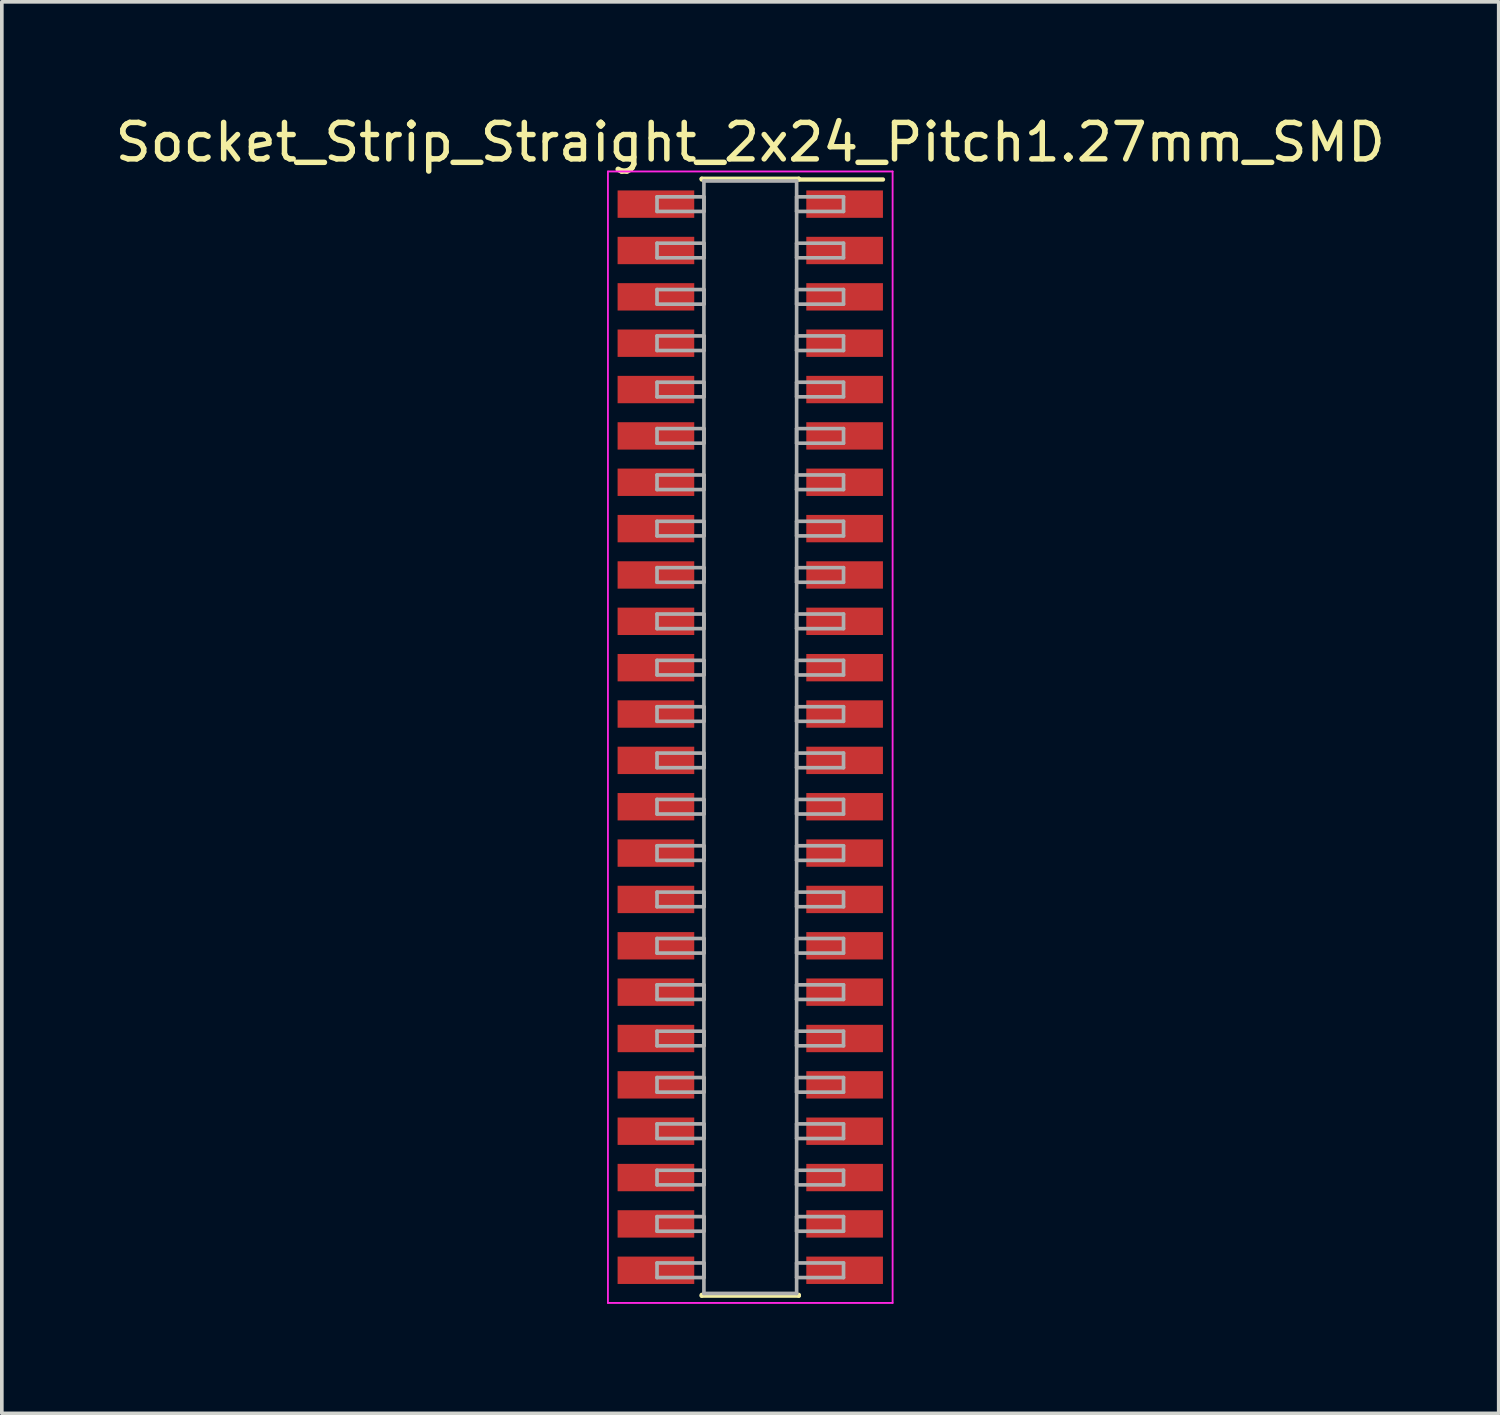
<source format=kicad_pcb>
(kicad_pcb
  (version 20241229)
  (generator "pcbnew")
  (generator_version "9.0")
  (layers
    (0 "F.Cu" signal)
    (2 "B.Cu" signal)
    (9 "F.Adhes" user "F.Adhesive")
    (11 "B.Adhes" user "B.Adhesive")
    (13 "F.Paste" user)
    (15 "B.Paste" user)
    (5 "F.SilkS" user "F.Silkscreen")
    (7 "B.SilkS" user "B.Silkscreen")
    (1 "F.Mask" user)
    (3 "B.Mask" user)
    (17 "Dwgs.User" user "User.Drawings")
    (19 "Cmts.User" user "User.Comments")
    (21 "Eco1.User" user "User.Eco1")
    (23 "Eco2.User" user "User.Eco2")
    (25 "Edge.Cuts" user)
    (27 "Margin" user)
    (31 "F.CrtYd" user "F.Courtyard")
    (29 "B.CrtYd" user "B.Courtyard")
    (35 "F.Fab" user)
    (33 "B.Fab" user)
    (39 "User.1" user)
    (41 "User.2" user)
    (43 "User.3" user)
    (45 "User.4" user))
  (footprint "Socket_Strip_Straight_2x24_Pitch1.27mm_SMD"
    (layer "F.Cu")
    (at 17.506 17.148)
    (property "Reference" "Socket_Strip_Straight_2x24_Pitch1.27mm_SMD" (at 0 -16.3 0) (layer "F.SilkS") (effects (font (size 1 1) (thickness 0.15))))
    (attr smd)
    (fp_line (start -1.33 -15.3) (end 1.33 -15.3) (stroke (width 0.12) (type solid)) (layer "F.SilkS"))
    (fp_line (start -1.33 -15.28) (end -1.33 -15.3) (stroke (width 0.12) (type solid)) (layer "F.SilkS"))
    (fp_line (start -1.33 15.28) (end -1.33 15.3) (stroke (width 0.12) (type solid)) (layer "F.SilkS"))
    (fp_line (start -1.33 15.3) (end 1.33 15.3) (stroke (width 0.12) (type solid)) (layer "F.SilkS"))
    (fp_line (start 1.33 -15.3) (end 1.33 -15.28) (stroke (width 0.12) (type solid)) (layer "F.SilkS"))
    (fp_line (start 1.33 15.3) (end 1.33 15.28) (stroke (width 0.12) (type solid)) (layer "F.SilkS"))
    (fp_line (start 3.635 -15.28) (end 1.33 -15.28) (stroke (width 0.12) (type solid)) (layer "F.SilkS"))
    (fp_line (start -3.9 -15.5) (end -3.9 15.5) (stroke (width 0.05) (type solid)) (layer "F.CrtYd"))
    (fp_line (start -3.9 15.5) (end 3.9 15.5) (stroke (width 0.05) (type solid)) (layer "F.CrtYd"))
    (fp_line (start 3.9 -15.5) (end -3.9 -15.5) (stroke (width 0.05) (type solid)) (layer "F.CrtYd"))
    (fp_line (start 3.9 15.5) (end 3.9 -15.5) (stroke (width 0.05) (type solid)) (layer "F.CrtYd"))
    (fp_line (start -2.555 -14.805) (end -1.27 -14.805) (stroke (width 0.1) (type solid)) (layer "F.Fab"))
    (fp_line (start -2.555 -14.405) (end -2.555 -14.805) (stroke (width 0.1) (type solid)) (layer "F.Fab"))
    (fp_line (start -2.555 -13.535) (end -1.27 -13.535) (stroke (width 0.1) (type solid)) (layer "F.Fab"))
    (fp_line (start -2.555 -13.135) (end -2.555 -13.535) (stroke (width 0.1) (type solid)) (layer "F.Fab"))
    (fp_line (start -2.555 -12.265) (end -1.27 -12.265) (stroke (width 0.1) (type solid)) (layer "F.Fab"))
    (fp_line (start -2.555 -11.865) (end -2.555 -12.265) (stroke (width 0.1) (type solid)) (layer "F.Fab"))
    (fp_line (start -2.555 -10.995) (end -1.27 -10.995) (stroke (width 0.1) (type solid)) (layer "F.Fab"))
    (fp_line (start -2.555 -10.595) (end -2.555 -10.995) (stroke (width 0.1) (type solid)) (layer "F.Fab"))
    (fp_line (start -2.555 -9.725) (end -1.27 -9.725) (stroke (width 0.1) (type solid)) (layer "F.Fab"))
    (fp_line (start -2.555 -9.325) (end -2.555 -9.725) (stroke (width 0.1) (type solid)) (layer "F.Fab"))
    (fp_line (start -2.555 -8.455) (end -1.27 -8.455) (stroke (width 0.1) (type solid)) (layer "F.Fab"))
    (fp_line (start -2.555 -8.055) (end -2.555 -8.455) (stroke (width 0.1) (type solid)) (layer "F.Fab"))
    (fp_line (start -2.555 -7.185) (end -1.27 -7.185) (stroke (width 0.1) (type solid)) (layer "F.Fab"))
    (fp_line (start -2.555 -6.785) (end -2.555 -7.185) (stroke (width 0.1) (type solid)) (layer "F.Fab"))
    (fp_line (start -2.555 -5.915) (end -1.27 -5.915) (stroke (width 0.1) (type solid)) (layer "F.Fab"))
    (fp_line (start -2.555 -5.515) (end -2.555 -5.915) (stroke (width 0.1) (type solid)) (layer "F.Fab"))
    (fp_line (start -2.555 -4.645) (end -1.27 -4.645) (stroke (width 0.1) (type solid)) (layer "F.Fab"))
    (fp_line (start -2.555 -4.245) (end -2.555 -4.645) (stroke (width 0.1) (type solid)) (layer "F.Fab"))
    (fp_line (start -2.555 -3.375) (end -1.27 -3.375) (stroke (width 0.1) (type solid)) (layer "F.Fab"))
    (fp_line (start -2.555 -2.975) (end -2.555 -3.375) (stroke (width 0.1) (type solid)) (layer "F.Fab"))
    (fp_line (start -2.555 -2.105) (end -1.27 -2.105) (stroke (width 0.1) (type solid)) (layer "F.Fab"))
    (fp_line (start -2.555 -1.705) (end -2.555 -2.105) (stroke (width 0.1) (type solid)) (layer "F.Fab"))
    (fp_line (start -2.555 -0.835) (end -1.27 -0.835) (stroke (width 0.1) (type solid)) (layer "F.Fab"))
    (fp_line (start -2.555 -0.435) (end -2.555 -0.835) (stroke (width 0.1) (type solid)) (layer "F.Fab"))
    (fp_line (start -2.555 0.435) (end -1.27 0.435) (stroke (width 0.1) (type solid)) (layer "F.Fab"))
    (fp_line (start -2.555 0.835) (end -2.555 0.435) (stroke (width 0.1) (type solid)) (layer "F.Fab"))
    (fp_line (start -2.555 1.705) (end -1.27 1.705) (stroke (width 0.1) (type solid)) (layer "F.Fab"))
    (fp_line (start -2.555 2.105) (end -2.555 1.705) (stroke (width 0.1) (type solid)) (layer "F.Fab"))
    (fp_line (start -2.555 2.975) (end -1.27 2.975) (stroke (width 0.1) (type solid)) (layer "F.Fab"))
    (fp_line (start -2.555 3.375) (end -2.555 2.975) (stroke (width 0.1) (type solid)) (layer "F.Fab"))
    (fp_line (start -2.555 4.245) (end -1.27 4.245) (stroke (width 0.1) (type solid)) (layer "F.Fab"))
    (fp_line (start -2.555 4.645) (end -2.555 4.245) (stroke (width 0.1) (type solid)) (layer "F.Fab"))
    (fp_line (start -2.555 5.515) (end -1.27 5.515) (stroke (width 0.1) (type solid)) (layer "F.Fab"))
    (fp_line (start -2.555 5.915) (end -2.555 5.515) (stroke (width 0.1) (type solid)) (layer "F.Fab"))
    (fp_line (start -2.555 6.785) (end -1.27 6.785) (stroke (width 0.1) (type solid)) (layer "F.Fab"))
    (fp_line (start -2.555 7.185) (end -2.555 6.785) (stroke (width 0.1) (type solid)) (layer "F.Fab"))
    (fp_line (start -2.555 8.055) (end -1.27 8.055) (stroke (width 0.1) (type solid)) (layer "F.Fab"))
    (fp_line (start -2.555 8.455) (end -2.555 8.055) (stroke (width 0.1) (type solid)) (layer "F.Fab"))
    (fp_line (start -2.555 9.325) (end -1.27 9.325) (stroke (width 0.1) (type solid)) (layer "F.Fab"))
    (fp_line (start -2.555 9.725) (end -2.555 9.325) (stroke (width 0.1) (type solid)) (layer "F.Fab"))
    (fp_line (start -2.555 10.595) (end -1.27 10.595) (stroke (width 0.1) (type solid)) (layer "F.Fab"))
    (fp_line (start -2.555 10.995) (end -2.555 10.595) (stroke (width 0.1) (type solid)) (layer "F.Fab"))
    (fp_line (start -2.555 11.865) (end -1.27 11.865) (stroke (width 0.1) (type solid)) (layer "F.Fab"))
    (fp_line (start -2.555 12.265) (end -2.555 11.865) (stroke (width 0.1) (type solid)) (layer "F.Fab"))
    (fp_line (start -2.555 13.135) (end -1.27 13.135) (stroke (width 0.1) (type solid)) (layer "F.Fab"))
    (fp_line (start -2.555 13.535) (end -2.555 13.135) (stroke (width 0.1) (type solid)) (layer "F.Fab"))
    (fp_line (start -2.555 14.405) (end -1.27 14.405) (stroke (width 0.1) (type solid)) (layer "F.Fab"))
    (fp_line (start -2.555 14.805) (end -2.555 14.405) (stroke (width 0.1) (type solid)) (layer "F.Fab"))
    (fp_line (start -1.27 -15.24) (end -1.27 15.24) (stroke (width 0.1) (type solid)) (layer "F.Fab"))
    (fp_line (start -1.27 -14.805) (end -1.27 -14.405) (stroke (width 0.1) (type solid)) (layer "F.Fab"))
    (fp_line (start -1.27 -14.405) (end -2.555 -14.405) (stroke (width 0.1) (type solid)) (layer "F.Fab"))
    (fp_line (start -1.27 -13.535) (end -1.27 -13.135) (stroke (width 0.1) (type solid)) (layer "F.Fab"))
    (fp_line (start -1.27 -13.135) (end -2.555 -13.135) (stroke (width 0.1) (type solid)) (layer "F.Fab"))
    (fp_line (start -1.27 -12.265) (end -1.27 -11.865) (stroke (width 0.1) (type solid)) (layer "F.Fab"))
    (fp_line (start -1.27 -11.865) (end -2.555 -11.865) (stroke (width 0.1) (type solid)) (layer "F.Fab"))
    (fp_line (start -1.27 -10.995) (end -1.27 -10.595) (stroke (width 0.1) (type solid)) (layer "F.Fab"))
    (fp_line (start -1.27 -10.595) (end -2.555 -10.595) (stroke (width 0.1) (type solid)) (layer "F.Fab"))
    (fp_line (start -1.27 -9.725) (end -1.27 -9.325) (stroke (width 0.1) (type solid)) (layer "F.Fab"))
    (fp_line (start -1.27 -9.325) (end -2.555 -9.325) (stroke (width 0.1) (type solid)) (layer "F.Fab"))
    (fp_line (start -1.27 -8.455) (end -1.27 -8.055) (stroke (width 0.1) (type solid)) (layer "F.Fab"))
    (fp_line (start -1.27 -8.055) (end -2.555 -8.055) (stroke (width 0.1) (type solid)) (layer "F.Fab"))
    (fp_line (start -1.27 -7.185) (end -1.27 -6.785) (stroke (width 0.1) (type solid)) (layer "F.Fab"))
    (fp_line (start -1.27 -6.785) (end -2.555 -6.785) (stroke (width 0.1) (type solid)) (layer "F.Fab"))
    (fp_line (start -1.27 -5.915) (end -1.27 -5.515) (stroke (width 0.1) (type solid)) (layer "F.Fab"))
    (fp_line (start -1.27 -5.515) (end -2.555 -5.515) (stroke (width 0.1) (type solid)) (layer "F.Fab"))
    (fp_line (start -1.27 -4.645) (end -1.27 -4.245) (stroke (width 0.1) (type solid)) (layer "F.Fab"))
    (fp_line (start -1.27 -4.245) (end -2.555 -4.245) (stroke (width 0.1) (type solid)) (layer "F.Fab"))
    (fp_line (start -1.27 -3.375) (end -1.27 -2.975) (stroke (width 0.1) (type solid)) (layer "F.Fab"))
    (fp_line (start -1.27 -2.975) (end -2.555 -2.975) (stroke (width 0.1) (type solid)) (layer "F.Fab"))
    (fp_line (start -1.27 -2.105) (end -1.27 -1.705) (stroke (width 0.1) (type solid)) (layer "F.Fab"))
    (fp_line (start -1.27 -1.705) (end -2.555 -1.705) (stroke (width 0.1) (type solid)) (layer "F.Fab"))
    (fp_line (start -1.27 -0.835) (end -1.27 -0.435) (stroke (width 0.1) (type solid)) (layer "F.Fab"))
    (fp_line (start -1.27 -0.435) (end -2.555 -0.435) (stroke (width 0.1) (type solid)) (layer "F.Fab"))
    (fp_line (start -1.27 0.435) (end -1.27 0.835) (stroke (width 0.1) (type solid)) (layer "F.Fab"))
    (fp_line (start -1.27 0.835) (end -2.555 0.835) (stroke (width 0.1) (type solid)) (layer "F.Fab"))
    (fp_line (start -1.27 1.705) (end -1.27 2.105) (stroke (width 0.1) (type solid)) (layer "F.Fab"))
    (fp_line (start -1.27 2.105) (end -2.555 2.105) (stroke (width 0.1) (type solid)) (layer "F.Fab"))
    (fp_line (start -1.27 2.975) (end -1.27 3.375) (stroke (width 0.1) (type solid)) (layer "F.Fab"))
    (fp_line (start -1.27 3.375) (end -2.555 3.375) (stroke (width 0.1) (type solid)) (layer "F.Fab"))
    (fp_line (start -1.27 4.245) (end -1.27 4.645) (stroke (width 0.1) (type solid)) (layer "F.Fab"))
    (fp_line (start -1.27 4.645) (end -2.555 4.645) (stroke (width 0.1) (type solid)) (layer "F.Fab"))
    (fp_line (start -1.27 5.515) (end -1.27 5.915) (stroke (width 0.1) (type solid)) (layer "F.Fab"))
    (fp_line (start -1.27 5.915) (end -2.555 5.915) (stroke (width 0.1) (type solid)) (layer "F.Fab"))
    (fp_line (start -1.27 6.785) (end -1.27 7.185) (stroke (width 0.1) (type solid)) (layer "F.Fab"))
    (fp_line (start -1.27 7.185) (end -2.555 7.185) (stroke (width 0.1) (type solid)) (layer "F.Fab"))
    (fp_line (start -1.27 8.055) (end -1.27 8.455) (stroke (width 0.1) (type solid)) (layer "F.Fab"))
    (fp_line (start -1.27 8.455) (end -2.555 8.455) (stroke (width 0.1) (type solid)) (layer "F.Fab"))
    (fp_line (start -1.27 9.325) (end -1.27 9.725) (stroke (width 0.1) (type solid)) (layer "F.Fab"))
    (fp_line (start -1.27 9.725) (end -2.555 9.725) (stroke (width 0.1) (type solid)) (layer "F.Fab"))
    (fp_line (start -1.27 10.595) (end -1.27 10.995) (stroke (width 0.1) (type solid)) (layer "F.Fab"))
    (fp_line (start -1.27 10.995) (end -2.555 10.995) (stroke (width 0.1) (type solid)) (layer "F.Fab"))
    (fp_line (start -1.27 11.865) (end -1.27 12.265) (stroke (width 0.1) (type solid)) (layer "F.Fab"))
    (fp_line (start -1.27 12.265) (end -2.555 12.265) (stroke (width 0.1) (type solid)) (layer "F.Fab"))
    (fp_line (start -1.27 13.135) (end -1.27 13.535) (stroke (width 0.1) (type solid)) (layer "F.Fab"))
    (fp_line (start -1.27 13.535) (end -2.555 13.535) (stroke (width 0.1) (type solid)) (layer "F.Fab"))
    (fp_line (start -1.27 14.405) (end -1.27 14.805) (stroke (width 0.1) (type solid)) (layer "F.Fab"))
    (fp_line (start -1.27 14.805) (end -2.555 14.805) (stroke (width 0.1) (type solid)) (layer "F.Fab"))
    (fp_line (start -1.27 15.24) (end 1.27 15.24) (stroke (width 0.1) (type solid)) (layer "F.Fab"))
    (fp_line (start 1.27 -15.24) (end -1.27 -15.24) (stroke (width 0.1) (type solid)) (layer "F.Fab"))
    (fp_line (start 1.27 -14.805) (end 1.27 -14.405) (stroke (width 0.1) (type solid)) (layer "F.Fab"))
    (fp_line (start 1.27 -14.405) (end 2.555 -14.405) (stroke (width 0.1) (type solid)) (layer "F.Fab"))
    (fp_line (start 1.27 -13.535) (end 1.27 -13.135) (stroke (width 0.1) (type solid)) (layer "F.Fab"))
    (fp_line (start 1.27 -13.135) (end 2.555 -13.135) (stroke (width 0.1) (type solid)) (layer "F.Fab"))
    (fp_line (start 1.27 -12.265) (end 1.27 -11.865) (stroke (width 0.1) (type solid)) (layer "F.Fab"))
    (fp_line (start 1.27 -11.865) (end 2.555 -11.865) (stroke (width 0.1) (type solid)) (layer "F.Fab"))
    (fp_line (start 1.27 -10.995) (end 1.27 -10.595) (stroke (width 0.1) (type solid)) (layer "F.Fab"))
    (fp_line (start 1.27 -10.595) (end 2.555 -10.595) (stroke (width 0.1) (type solid)) (layer "F.Fab"))
    (fp_line (start 1.27 -9.725) (end 1.27 -9.325) (stroke (width 0.1) (type solid)) (layer "F.Fab"))
    (fp_line (start 1.27 -9.325) (end 2.555 -9.325) (stroke (width 0.1) (type solid)) (layer "F.Fab"))
    (fp_line (start 1.27 -8.455) (end 1.27 -8.055) (stroke (width 0.1) (type solid)) (layer "F.Fab"))
    (fp_line (start 1.27 -8.055) (end 2.555 -8.055) (stroke (width 0.1) (type solid)) (layer "F.Fab"))
    (fp_line (start 1.27 -7.185) (end 1.27 -6.785) (stroke (width 0.1) (type solid)) (layer "F.Fab"))
    (fp_line (start 1.27 -6.785) (end 2.555 -6.785) (stroke (width 0.1) (type solid)) (layer "F.Fab"))
    (fp_line (start 1.27 -5.915) (end 1.27 -5.515) (stroke (width 0.1) (type solid)) (layer "F.Fab"))
    (fp_line (start 1.27 -5.515) (end 2.555 -5.515) (stroke (width 0.1) (type solid)) (layer "F.Fab"))
    (fp_line (start 1.27 -4.645) (end 1.27 -4.245) (stroke (width 0.1) (type solid)) (layer "F.Fab"))
    (fp_line (start 1.27 -4.245) (end 2.555 -4.245) (stroke (width 0.1) (type solid)) (layer "F.Fab"))
    (fp_line (start 1.27 -3.375) (end 1.27 -2.975) (stroke (width 0.1) (type solid)) (layer "F.Fab"))
    (fp_line (start 1.27 -2.975) (end 2.555 -2.975) (stroke (width 0.1) (type solid)) (layer "F.Fab"))
    (fp_line (start 1.27 -2.105) (end 1.27 -1.705) (stroke (width 0.1) (type solid)) (layer "F.Fab"))
    (fp_line (start 1.27 -1.705) (end 2.555 -1.705) (stroke (width 0.1) (type solid)) (layer "F.Fab"))
    (fp_line (start 1.27 -0.835) (end 1.27 -0.435) (stroke (width 0.1) (type solid)) (layer "F.Fab"))
    (fp_line (start 1.27 -0.435) (end 2.555 -0.435) (stroke (width 0.1) (type solid)) (layer "F.Fab"))
    (fp_line (start 1.27 0.435) (end 1.27 0.835) (stroke (width 0.1) (type solid)) (layer "F.Fab"))
    (fp_line (start 1.27 0.835) (end 2.555 0.835) (stroke (width 0.1) (type solid)) (layer "F.Fab"))
    (fp_line (start 1.27 1.705) (end 1.27 2.105) (stroke (width 0.1) (type solid)) (layer "F.Fab"))
    (fp_line (start 1.27 2.105) (end 2.555 2.105) (stroke (width 0.1) (type solid)) (layer "F.Fab"))
    (fp_line (start 1.27 2.975) (end 1.27 3.375) (stroke (width 0.1) (type solid)) (layer "F.Fab"))
    (fp_line (start 1.27 3.375) (end 2.555 3.375) (stroke (width 0.1) (type solid)) (layer "F.Fab"))
    (fp_line (start 1.27 4.245) (end 1.27 4.645) (stroke (width 0.1) (type solid)) (layer "F.Fab"))
    (fp_line (start 1.27 4.645) (end 2.555 4.645) (stroke (width 0.1) (type solid)) (layer "F.Fab"))
    (fp_line (start 1.27 5.515) (end 1.27 5.915) (stroke (width 0.1) (type solid)) (layer "F.Fab"))
    (fp_line (start 1.27 5.915) (end 2.555 5.915) (stroke (width 0.1) (type solid)) (layer "F.Fab"))
    (fp_line (start 1.27 6.785) (end 1.27 7.185) (stroke (width 0.1) (type solid)) (layer "F.Fab"))
    (fp_line (start 1.27 7.185) (end 2.555 7.185) (stroke (width 0.1) (type solid)) (layer "F.Fab"))
    (fp_line (start 1.27 8.055) (end 1.27 8.455) (stroke (width 0.1) (type solid)) (layer "F.Fab"))
    (fp_line (start 1.27 8.455) (end 2.555 8.455) (stroke (width 0.1) (type solid)) (layer "F.Fab"))
    (fp_line (start 1.27 9.325) (end 1.27 9.725) (stroke (width 0.1) (type solid)) (layer "F.Fab"))
    (fp_line (start 1.27 9.725) (end 2.555 9.725) (stroke (width 0.1) (type solid)) (layer "F.Fab"))
    (fp_line (start 1.27 10.595) (end 1.27 10.995) (stroke (width 0.1) (type solid)) (layer "F.Fab"))
    (fp_line (start 1.27 10.995) (end 2.555 10.995) (stroke (width 0.1) (type solid)) (layer "F.Fab"))
    (fp_line (start 1.27 11.865) (end 1.27 12.265) (stroke (width 0.1) (type solid)) (layer "F.Fab"))
    (fp_line (start 1.27 12.265) (end 2.555 12.265) (stroke (width 0.1) (type solid)) (layer "F.Fab"))
    (fp_line (start 1.27 13.135) (end 1.27 13.535) (stroke (width 0.1) (type solid)) (layer "F.Fab"))
    (fp_line (start 1.27 13.535) (end 2.555 13.535) (stroke (width 0.1) (type solid)) (layer "F.Fab"))
    (fp_line (start 1.27 14.405) (end 1.27 14.805) (stroke (width 0.1) (type solid)) (layer "F.Fab"))
    (fp_line (start 1.27 14.805) (end 2.555 14.805) (stroke (width 0.1) (type solid)) (layer "F.Fab"))
    (fp_line (start 1.27 15.24) (end 1.27 -15.24) (stroke (width 0.1) (type solid)) (layer "F.Fab"))
    (fp_line (start 2.555 -14.805) (end 1.27 -14.805) (stroke (width 0.1) (type solid)) (layer "F.Fab"))
    (fp_line (start 2.555 -14.405) (end 2.555 -14.805) (stroke (width 0.1) (type solid)) (layer "F.Fab"))
    (fp_line (start 2.555 -13.535) (end 1.27 -13.535) (stroke (width 0.1) (type solid)) (layer "F.Fab"))
    (fp_line (start 2.555 -13.135) (end 2.555 -13.535) (stroke (width 0.1) (type solid)) (layer "F.Fab"))
    (fp_line (start 2.555 -12.265) (end 1.27 -12.265) (stroke (width 0.1) (type solid)) (layer "F.Fab"))
    (fp_line (start 2.555 -11.865) (end 2.555 -12.265) (stroke (width 0.1) (type solid)) (layer "F.Fab"))
    (fp_line (start 2.555 -10.995) (end 1.27 -10.995) (stroke (width 0.1) (type solid)) (layer "F.Fab"))
    (fp_line (start 2.555 -10.595) (end 2.555 -10.995) (stroke (width 0.1) (type solid)) (layer "F.Fab"))
    (fp_line (start 2.555 -9.725) (end 1.27 -9.725) (stroke (width 0.1) (type solid)) (layer "F.Fab"))
    (fp_line (start 2.555 -9.325) (end 2.555 -9.725) (stroke (width 0.1) (type solid)) (layer "F.Fab"))
    (fp_line (start 2.555 -8.455) (end 1.27 -8.455) (stroke (width 0.1) (type solid)) (layer "F.Fab"))
    (fp_line (start 2.555 -8.055) (end 2.555 -8.455) (stroke (width 0.1) (type solid)) (layer "F.Fab"))
    (fp_line (start 2.555 -7.185) (end 1.27 -7.185) (stroke (width 0.1) (type solid)) (layer "F.Fab"))
    (fp_line (start 2.555 -6.785) (end 2.555 -7.185) (stroke (width 0.1) (type solid)) (layer "F.Fab"))
    (fp_line (start 2.555 -5.915) (end 1.27 -5.915) (stroke (width 0.1) (type solid)) (layer "F.Fab"))
    (fp_line (start 2.555 -5.515) (end 2.555 -5.915) (stroke (width 0.1) (type solid)) (layer "F.Fab"))
    (fp_line (start 2.555 -4.645) (end 1.27 -4.645) (stroke (width 0.1) (type solid)) (layer "F.Fab"))
    (fp_line (start 2.555 -4.245) (end 2.555 -4.645) (stroke (width 0.1) (type solid)) (layer "F.Fab"))
    (fp_line (start 2.555 -3.375) (end 1.27 -3.375) (stroke (width 0.1) (type solid)) (layer "F.Fab"))
    (fp_line (start 2.555 -2.975) (end 2.555 -3.375) (stroke (width 0.1) (type solid)) (layer "F.Fab"))
    (fp_line (start 2.555 -2.105) (end 1.27 -2.105) (stroke (width 0.1) (type solid)) (layer "F.Fab"))
    (fp_line (start 2.555 -1.705) (end 2.555 -2.105) (stroke (width 0.1) (type solid)) (layer "F.Fab"))
    (fp_line (start 2.555 -0.835) (end 1.27 -0.835) (stroke (width 0.1) (type solid)) (layer "F.Fab"))
    (fp_line (start 2.555 -0.435) (end 2.555 -0.835) (stroke (width 0.1) (type solid)) (layer "F.Fab"))
    (fp_line (start 2.555 0.435) (end 1.27 0.435) (stroke (width 0.1) (type solid)) (layer "F.Fab"))
    (fp_line (start 2.555 0.835) (end 2.555 0.435) (stroke (width 0.1) (type solid)) (layer "F.Fab"))
    (fp_line (start 2.555 1.705) (end 1.27 1.705) (stroke (width 0.1) (type solid)) (layer "F.Fab"))
    (fp_line (start 2.555 2.105) (end 2.555 1.705) (stroke (width 0.1) (type solid)) (layer "F.Fab"))
    (fp_line (start 2.555 2.975) (end 1.27 2.975) (stroke (width 0.1) (type solid)) (layer "F.Fab"))
    (fp_line (start 2.555 3.375) (end 2.555 2.975) (stroke (width 0.1) (type solid)) (layer "F.Fab"))
    (fp_line (start 2.555 4.245) (end 1.27 4.245) (stroke (width 0.1) (type solid)) (layer "F.Fab"))
    (fp_line (start 2.555 4.645) (end 2.555 4.245) (stroke (width 0.1) (type solid)) (layer "F.Fab"))
    (fp_line (start 2.555 5.515) (end 1.27 5.515) (stroke (width 0.1) (type solid)) (layer "F.Fab"))
    (fp_line (start 2.555 5.915) (end 2.555 5.515) (stroke (width 0.1) (type solid)) (layer "F.Fab"))
    (fp_line (start 2.555 6.785) (end 1.27 6.785) (stroke (width 0.1) (type solid)) (layer "F.Fab"))
    (fp_line (start 2.555 7.185) (end 2.555 6.785) (stroke (width 0.1) (type solid)) (layer "F.Fab"))
    (fp_line (start 2.555 8.055) (end 1.27 8.055) (stroke (width 0.1) (type solid)) (layer "F.Fab"))
    (fp_line (start 2.555 8.455) (end 2.555 8.055) (stroke (width 0.1) (type solid)) (layer "F.Fab"))
    (fp_line (start 2.555 9.325) (end 1.27 9.325) (stroke (width 0.1) (type solid)) (layer "F.Fab"))
    (fp_line (start 2.555 9.725) (end 2.555 9.325) (stroke (width 0.1) (type solid)) (layer "F.Fab"))
    (fp_line (start 2.555 10.595) (end 1.27 10.595) (stroke (width 0.1) (type solid)) (layer "F.Fab"))
    (fp_line (start 2.555 10.995) (end 2.555 10.595) (stroke (width 0.1) (type solid)) (layer "F.Fab"))
    (fp_line (start 2.555 11.865) (end 1.27 11.865) (stroke (width 0.1) (type solid)) (layer "F.Fab"))
    (fp_line (start 2.555 12.265) (end 2.555 11.865) (stroke (width 0.1) (type solid)) (layer "F.Fab"))
    (fp_line (start 2.555 13.135) (end 1.27 13.135) (stroke (width 0.1) (type solid)) (layer "F.Fab"))
    (fp_line (start 2.555 13.535) (end 2.555 13.135) (stroke (width 0.1) (type solid)) (layer "F.Fab"))
    (fp_line (start 2.555 14.405) (end 1.27 14.405) (stroke (width 0.1) (type solid)) (layer "F.Fab"))
    (fp_line (start 2.555 14.805) (end 2.555 14.405) (stroke (width 0.1) (type solid)) (layer "F.Fab"))
    (pad "1" smd rect (at 2.585 -14.605) (size 2.1 0.75) (layers "F.Cu" "F.Mask"))
    (pad "2" smd rect (at -2.585 -14.605) (size 2.1 0.75) (layers "F.Cu" "F.Mask"))
    (pad "3" smd rect (at 2.585 -13.335) (size 2.1 0.75) (layers "F.Cu" "F.Mask"))
    (pad "4" smd rect (at -2.585 -13.335) (size 2.1 0.75) (layers "F.Cu" "F.Mask"))
    (pad "5" smd rect (at 2.585 -12.065) (size 2.1 0.75) (layers "F.Cu" "F.Mask"))
    (pad "6" smd rect (at -2.585 -12.065) (size 2.1 0.75) (layers "F.Cu" "F.Mask"))
    (pad "7" smd rect (at 2.585 -10.795) (size 2.1 0.75) (layers "F.Cu" "F.Mask"))
    (pad "8" smd rect (at -2.585 -10.795) (size 2.1 0.75) (layers "F.Cu" "F.Mask"))
    (pad "9" smd rect (at 2.585 -9.525) (size 2.1 0.75) (layers "F.Cu" "F.Mask"))
    (pad "10" smd rect (at -2.585 -9.525) (size 2.1 0.75) (layers "F.Cu" "F.Mask"))
    (pad "11" smd rect (at 2.585 -8.255) (size 2.1 0.75) (layers "F.Cu" "F.Mask"))
    (pad "12" smd rect (at -2.585 -8.255) (size 2.1 0.75) (layers "F.Cu" "F.Mask"))
    (pad "13" smd rect (at 2.585 -6.985) (size 2.1 0.75) (layers "F.Cu" "F.Mask"))
    (pad "14" smd rect (at -2.585 -6.985) (size 2.1 0.75) (layers "F.Cu" "F.Mask"))
    (pad "15" smd rect (at 2.585 -5.715) (size 2.1 0.75) (layers "F.Cu" "F.Mask"))
    (pad "16" smd rect (at -2.585 -5.715) (size 2.1 0.75) (layers "F.Cu" "F.Mask"))
    (pad "17" smd rect (at 2.585 -4.445) (size 2.1 0.75) (layers "F.Cu" "F.Mask"))
    (pad "18" smd rect (at -2.585 -4.445) (size 2.1 0.75) (layers "F.Cu" "F.Mask"))
    (pad "19" smd rect (at 2.585 -3.175) (size 2.1 0.75) (layers "F.Cu" "F.Mask"))
    (pad "20" smd rect (at -2.585 -3.175) (size 2.1 0.75) (layers "F.Cu" "F.Mask"))
    (pad "21" smd rect (at 2.585 -1.905) (size 2.1 0.75) (layers "F.Cu" "F.Mask"))
    (pad "22" smd rect (at -2.585 -1.905) (size 2.1 0.75) (layers "F.Cu" "F.Mask"))
    (pad "23" smd rect (at 2.585 -0.635) (size 2.1 0.75) (layers "F.Cu" "F.Mask"))
    (pad "24" smd rect (at -2.585 -0.635) (size 2.1 0.75) (layers "F.Cu" "F.Mask"))
    (pad "25" smd rect (at 2.585 0.635) (size 2.1 0.75) (layers "F.Cu" "F.Mask"))
    (pad "26" smd rect (at -2.585 0.635) (size 2.1 0.75) (layers "F.Cu" "F.Mask"))
    (pad "27" smd rect (at 2.585 1.905) (size 2.1 0.75) (layers "F.Cu" "F.Mask"))
    (pad "28" smd rect (at -2.585 1.905) (size 2.1 0.75) (layers "F.Cu" "F.Mask"))
    (pad "29" smd rect (at 2.585 3.175) (size 2.1 0.75) (layers "F.Cu" "F.Mask"))
    (pad "30" smd rect (at -2.585 3.175) (size 2.1 0.75) (layers "F.Cu" "F.Mask"))
    (pad "31" smd rect (at 2.585 4.445) (size 2.1 0.75) (layers "F.Cu" "F.Mask"))
    (pad "32" smd rect (at -2.585 4.445) (size 2.1 0.75) (layers "F.Cu" "F.Mask"))
    (pad "33" smd rect (at 2.585 5.715) (size 2.1 0.75) (layers "F.Cu" "F.Mask"))
    (pad "34" smd rect (at -2.585 5.715) (size 2.1 0.75) (layers "F.Cu" "F.Mask"))
    (pad "35" smd rect (at 2.585 6.985) (size 2.1 0.75) (layers "F.Cu" "F.Mask"))
    (pad "36" smd rect (at -2.585 6.985) (size 2.1 0.75) (layers "F.Cu" "F.Mask"))
    (pad "37" smd rect (at 2.585 8.255) (size 2.1 0.75) (layers "F.Cu" "F.Mask"))
    (pad "38" smd rect (at -2.585 8.255) (size 2.1 0.75) (layers "F.Cu" "F.Mask"))
    (pad "39" smd rect (at 2.585 9.525) (size 2.1 0.75) (layers "F.Cu" "F.Mask"))
    (pad "40" smd rect (at -2.585 9.525) (size 2.1 0.75) (layers "F.Cu" "F.Mask"))
    (pad "41" smd rect (at 2.585 10.795) (size 2.1 0.75) (layers "F.Cu" "F.Mask"))
    (pad "42" smd rect (at -2.585 10.795) (size 2.1 0.75) (layers "F.Cu" "F.Mask"))
    (pad "43" smd rect (at 2.585 12.065) (size 2.1 0.75) (layers "F.Cu" "F.Mask"))
    (pad "44" smd rect (at -2.585 12.065) (size 2.1 0.75) (layers "F.Cu" "F.Mask"))
    (pad "45" smd rect (at 2.585 13.335) (size 2.1 0.75) (layers "F.Cu" "F.Mask"))
    (pad "46" smd rect (at -2.585 13.335) (size 2.1 0.75) (layers "F.Cu" "F.Mask"))
    (pad "47" smd rect (at 2.585 14.605) (size 2.1 0.75) (layers "F.Cu" "F.Mask"))
    (pad "48" smd rect (at -2.585 14.605) (size 2.1 0.75) (layers "F.Cu" "F.Mask")))
  (gr_rect
    (start -3 -3)
    (end 38.012 35.673)
    (stroke (width 0.1) (type default))
    (fill no)
    (layer "Edge.Cuts")))
</source>
